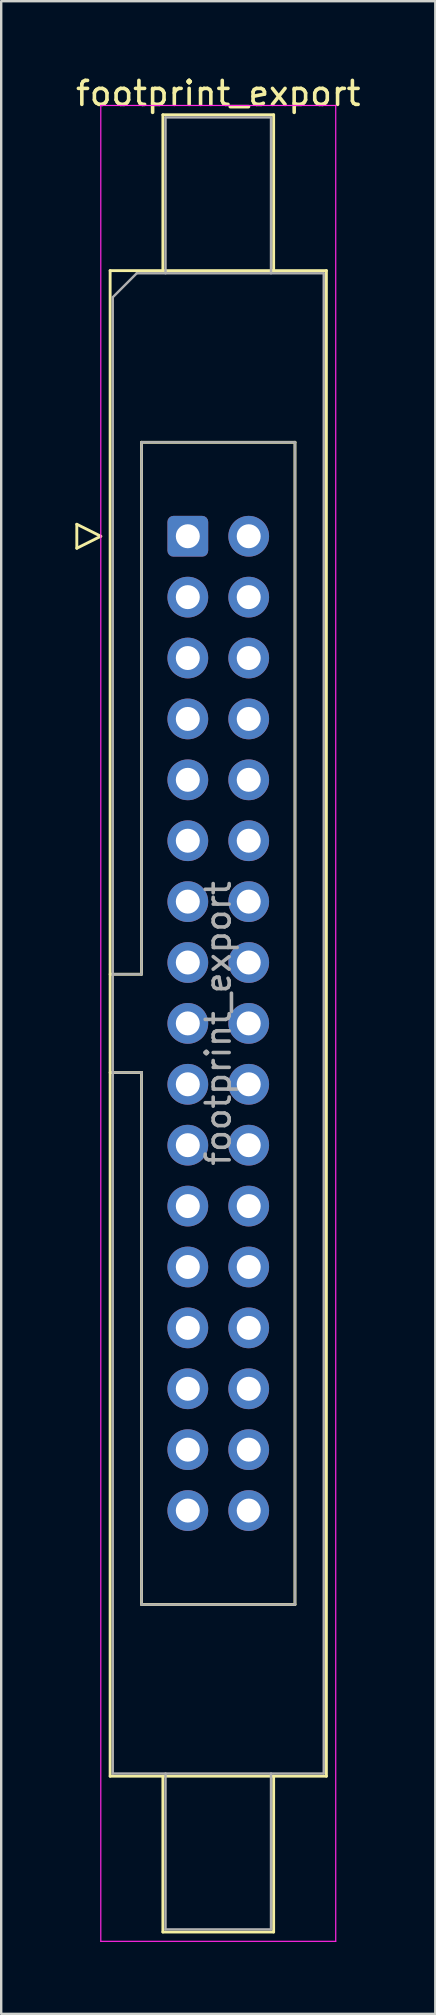
<source format=kicad_pcb>
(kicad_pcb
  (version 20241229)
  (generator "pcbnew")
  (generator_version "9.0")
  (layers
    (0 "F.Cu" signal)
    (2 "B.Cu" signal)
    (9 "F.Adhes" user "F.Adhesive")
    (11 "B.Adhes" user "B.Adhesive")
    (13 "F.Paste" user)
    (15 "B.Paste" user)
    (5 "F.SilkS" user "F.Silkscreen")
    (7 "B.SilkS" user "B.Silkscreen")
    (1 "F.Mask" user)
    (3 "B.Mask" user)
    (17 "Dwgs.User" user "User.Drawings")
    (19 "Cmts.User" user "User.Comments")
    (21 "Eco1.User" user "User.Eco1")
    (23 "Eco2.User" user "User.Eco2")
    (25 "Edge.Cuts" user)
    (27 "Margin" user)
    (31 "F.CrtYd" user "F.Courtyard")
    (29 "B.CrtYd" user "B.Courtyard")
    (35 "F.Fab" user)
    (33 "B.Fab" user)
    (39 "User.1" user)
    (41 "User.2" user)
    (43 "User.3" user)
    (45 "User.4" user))
  (footprint "footprint_export"
    (layer "F.Cu")
    (at 4.784 19.318)
    (property "Reference" "footprint_export" (at 1.27 -18.47 0) (layer "F.SilkS") (effects (font (size 1 1) (thickness 0.15))))
    (attr through_hole)
    (fp_line (start -4.63 -0.5) (end -4.63 0.5) (stroke (width 0.12) (type solid)) (layer "F.SilkS"))
    (fp_line (start -4.63 0.5) (end -3.63 0) (stroke (width 0.12) (type solid)) (layer "F.SilkS"))
    (fp_line (start -3.63 0) (end -4.63 -0.5) (stroke (width 0.12) (type solid)) (layer "F.SilkS"))
    (fp_line (start -3.24 -11.08) (end 5.78 -11.08) (stroke (width 0.12) (type solid)) (layer "F.SilkS"))
    (fp_line (start -3.24 18.27) (end -1.93 18.27) (stroke (width 0.12) (type solid)) (layer "F.SilkS"))
    (fp_line (start -3.24 51.72) (end -3.24 -11.08) (stroke (width 0.12) (type solid)) (layer "F.SilkS"))
    (fp_line (start -1.93 -3.92) (end 4.47 -3.92) (stroke (width 0.12) (type solid)) (layer "F.SilkS"))
    (fp_line (start -1.93 18.27) (end -1.93 -3.92) (stroke (width 0.12) (type solid)) (layer "F.SilkS"))
    (fp_line (start -1.93 22.37) (end -3.24 22.37) (stroke (width 0.12) (type solid)) (layer "F.SilkS"))
    (fp_line (start -1.93 22.37) (end -1.93 22.37) (stroke (width 0.12) (type solid)) (layer "F.SilkS"))
    (fp_line (start -1.93 44.56) (end -1.93 22.37) (stroke (width 0.12) (type solid)) (layer "F.SilkS"))
    (fp_line (start -1.04 -17.58) (end 3.58 -17.58) (stroke (width 0.12) (type solid)) (layer "F.SilkS"))
    (fp_line (start -1.04 -11.08) (end -1.04 -17.58) (stroke (width 0.12) (type solid)) (layer "F.SilkS"))
    (fp_line (start -1.04 51.72) (end -1.04 58.22) (stroke (width 0.12) (type solid)) (layer "F.SilkS"))
    (fp_line (start -1.04 58.22) (end 3.58 58.22) (stroke (width 0.12) (type solid)) (layer "F.SilkS"))
    (fp_line (start 3.58 -17.58) (end 3.58 -11.08) (stroke (width 0.12) (type solid)) (layer "F.SilkS"))
    (fp_line (start 3.58 58.22) (end 3.58 51.72) (stroke (width 0.12) (type solid)) (layer "F.SilkS"))
    (fp_line (start 4.47 -3.92) (end 4.47 44.56) (stroke (width 0.12) (type solid)) (layer "F.SilkS"))
    (fp_line (start 4.47 44.56) (end -1.93 44.56) (stroke (width 0.12) (type solid)) (layer "F.SilkS"))
    (fp_line (start 5.78 -11.08) (end 5.78 51.72) (stroke (width 0.12) (type solid)) (layer "F.SilkS"))
    (fp_line (start 5.78 51.72) (end -3.24 51.72) (stroke (width 0.12) (type solid)) (layer "F.SilkS"))
    (fp_line (start -3.63 -17.97) (end -3.63 58.61) (stroke (width 0.05) (type solid)) (layer "F.CrtYd"))
    (fp_line (start -3.63 58.61) (end 6.17 58.61) (stroke (width 0.05) (type solid)) (layer "F.CrtYd"))
    (fp_line (start 6.17 -17.97) (end -3.63 -17.97) (stroke (width 0.05) (type solid)) (layer "F.CrtYd"))
    (fp_line (start 6.17 58.61) (end 6.17 -17.97) (stroke (width 0.05) (type solid)) (layer "F.CrtYd"))
    (fp_line (start -3.13 -9.97) (end -2.13 -10.97) (stroke (width 0.1) (type solid)) (layer "F.Fab"))
    (fp_line (start -3.13 18.27) (end -1.93 18.27) (stroke (width 0.1) (type solid)) (layer "F.Fab"))
    (fp_line (start -3.13 51.61) (end -3.13 -9.97) (stroke (width 0.1) (type solid)) (layer "F.Fab"))
    (fp_line (start -2.13 -10.97) (end 5.67 -10.97) (stroke (width 0.1) (type solid)) (layer "F.Fab"))
    (fp_line (start -1.93 -3.92) (end 4.47 -3.92) (stroke (width 0.1) (type solid)) (layer "F.Fab"))
    (fp_line (start -1.93 18.27) (end -1.93 -3.92) (stroke (width 0.1) (type solid)) (layer "F.Fab"))
    (fp_line (start -1.93 22.37) (end -3.13 22.37) (stroke (width 0.1) (type solid)) (layer "F.Fab"))
    (fp_line (start -1.93 22.37) (end -1.93 22.37) (stroke (width 0.1) (type solid)) (layer "F.Fab"))
    (fp_line (start -1.93 44.56) (end -1.93 22.37) (stroke (width 0.1) (type solid)) (layer "F.Fab"))
    (fp_line (start -0.93 -17.47) (end 3.47 -17.47) (stroke (width 0.1) (type solid)) (layer "F.Fab"))
    (fp_line (start -0.93 -10.97) (end -0.93 -17.47) (stroke (width 0.1) (type solid)) (layer "F.Fab"))
    (fp_line (start -0.93 51.61) (end -0.93 58.11) (stroke (width 0.1) (type solid)) (layer "F.Fab"))
    (fp_line (start -0.93 58.11) (end 3.47 58.11) (stroke (width 0.1) (type solid)) (layer "F.Fab"))
    (fp_line (start 3.47 -17.47) (end 3.47 -10.97) (stroke (width 0.1) (type solid)) (layer "F.Fab"))
    (fp_line (start 3.47 58.11) (end 3.47 51.61) (stroke (width 0.1) (type solid)) (layer "F.Fab"))
    (fp_line (start 4.47 -3.92) (end 4.47 44.56) (stroke (width 0.1) (type solid)) (layer "F.Fab"))
    (fp_line (start 4.47 44.56) (end -1.93 44.56) (stroke (width 0.1) (type solid)) (layer "F.Fab"))
    (fp_line (start 5.67 -10.97) (end 5.67 51.61) (stroke (width 0.1) (type solid)) (layer "F.Fab"))
    (fp_line (start 5.67 51.61) (end -3.13 51.61) (stroke (width 0.1) (type solid)) (layer "F.Fab"))
    (fp_text user "${REFERENCE}" (at 1.27 20.32 90) (layer "F.Fab") (effects (font (size 1 1) (thickness 0.15))))
    (pad "1" thru_hole roundrect (at 0 0) (size 1.7 1.7) (drill 1) (layers "*.Cu" "*.Mask") (roundrect_rratio 0.147))
    (pad "2" thru_hole circle (at 2.54 0) (size 1.7 1.7) (drill 1) (layers "*.Cu" "*.Mask"))
    (pad "3" thru_hole circle (at 0 2.54) (size 1.7 1.7) (drill 1) (layers "*.Cu" "*.Mask"))
    (pad "4" thru_hole circle (at 2.54 2.54) (size 1.7 1.7) (drill 1) (layers "*.Cu" "*.Mask"))
    (pad "5" thru_hole circle (at 0 5.08) (size 1.7 1.7) (drill 1) (layers "*.Cu" "*.Mask"))
    (pad "6" thru_hole circle (at 2.54 5.08) (size 1.7 1.7) (drill 1) (layers "*.Cu" "*.Mask"))
    (pad "7" thru_hole circle (at 0 7.62) (size 1.7 1.7) (drill 1) (layers "*.Cu" "*.Mask"))
    (pad "8" thru_hole circle (at 2.54 7.62) (size 1.7 1.7) (drill 1) (layers "*.Cu" "*.Mask"))
    (pad "9" thru_hole circle (at 0 10.16) (size 1.7 1.7) (drill 1) (layers "*.Cu" "*.Mask"))
    (pad "10" thru_hole circle (at 2.54 10.16) (size 1.7 1.7) (drill 1) (layers "*.Cu" "*.Mask"))
    (pad "11" thru_hole circle (at 0 12.7) (size 1.7 1.7) (drill 1) (layers "*.Cu" "*.Mask"))
    (pad "12" thru_hole circle (at 2.54 12.7) (size 1.7 1.7) (drill 1) (layers "*.Cu" "*.Mask"))
    (pad "13" thru_hole circle (at 0 15.24) (size 1.7 1.7) (drill 1) (layers "*.Cu" "*.Mask"))
    (pad "14" thru_hole circle (at 2.54 15.24) (size 1.7 1.7) (drill 1) (layers "*.Cu" "*.Mask"))
    (pad "15" thru_hole circle (at 0 17.78) (size 1.7 1.7) (drill 1) (layers "*.Cu" "*.Mask"))
    (pad "16" thru_hole circle (at 2.54 17.78) (size 1.7 1.7) (drill 1) (layers "*.Cu" "*.Mask"))
    (pad "17" thru_hole circle (at 0 20.32) (size 1.7 1.7) (drill 1) (layers "*.Cu" "*.Mask"))
    (pad "18" thru_hole circle (at 2.54 20.32) (size 1.7 1.7) (drill 1) (layers "*.Cu" "*.Mask"))
    (pad "19" thru_hole circle (at 0 22.86) (size 1.7 1.7) (drill 1) (layers "*.Cu" "*.Mask"))
    (pad "20" thru_hole circle (at 2.54 22.86) (size 1.7 1.7) (drill 1) (layers "*.Cu" "*.Mask"))
    (pad "21" thru_hole circle (at 0 25.4) (size 1.7 1.7) (drill 1) (layers "*.Cu" "*.Mask"))
    (pad "22" thru_hole circle (at 2.54 25.4) (size 1.7 1.7) (drill 1) (layers "*.Cu" "*.Mask"))
    (pad "23" thru_hole circle (at 0 27.94) (size 1.7 1.7) (drill 1) (layers "*.Cu" "*.Mask"))
    (pad "24" thru_hole circle (at 2.54 27.94) (size 1.7 1.7) (drill 1) (layers "*.Cu" "*.Mask"))
    (pad "25" thru_hole circle (at 0 30.48) (size 1.7 1.7) (drill 1) (layers "*.Cu" "*.Mask"))
    (pad "26" thru_hole circle (at 2.54 30.48) (size 1.7 1.7) (drill 1) (layers "*.Cu" "*.Mask"))
    (pad "27" thru_hole circle (at 0 33.02) (size 1.7 1.7) (drill 1) (layers "*.Cu" "*.Mask"))
    (pad "28" thru_hole circle (at 2.54 33.02) (size 1.7 1.7) (drill 1) (layers "*.Cu" "*.Mask"))
    (pad "29" thru_hole circle (at 0 35.56) (size 1.7 1.7) (drill 1) (layers "*.Cu" "*.Mask"))
    (pad "30" thru_hole circle (at 2.54 35.56) (size 1.7 1.7) (drill 1) (layers "*.Cu" "*.Mask"))
    (pad "31" thru_hole circle (at 0 38.1) (size 1.7 1.7) (drill 1) (layers "*.Cu" "*.Mask"))
    (pad "32" thru_hole circle (at 2.54 38.1) (size 1.7 1.7) (drill 1) (layers "*.Cu" "*.Mask"))
    (pad "33" thru_hole circle (at 0 40.64) (size 1.7 1.7) (drill 1) (layers "*.Cu" "*.Mask"))
    (pad "34" thru_hole circle (at 2.54 40.64) (size 1.7 1.7) (drill 1) (layers "*.Cu" "*.Mask")))
  (gr_rect
    (start -3 -3)
    (end 15.107 80.953)
    (stroke (width 0.1) (type default))
    (fill no)
    (layer "Edge.Cuts")))
</source>
